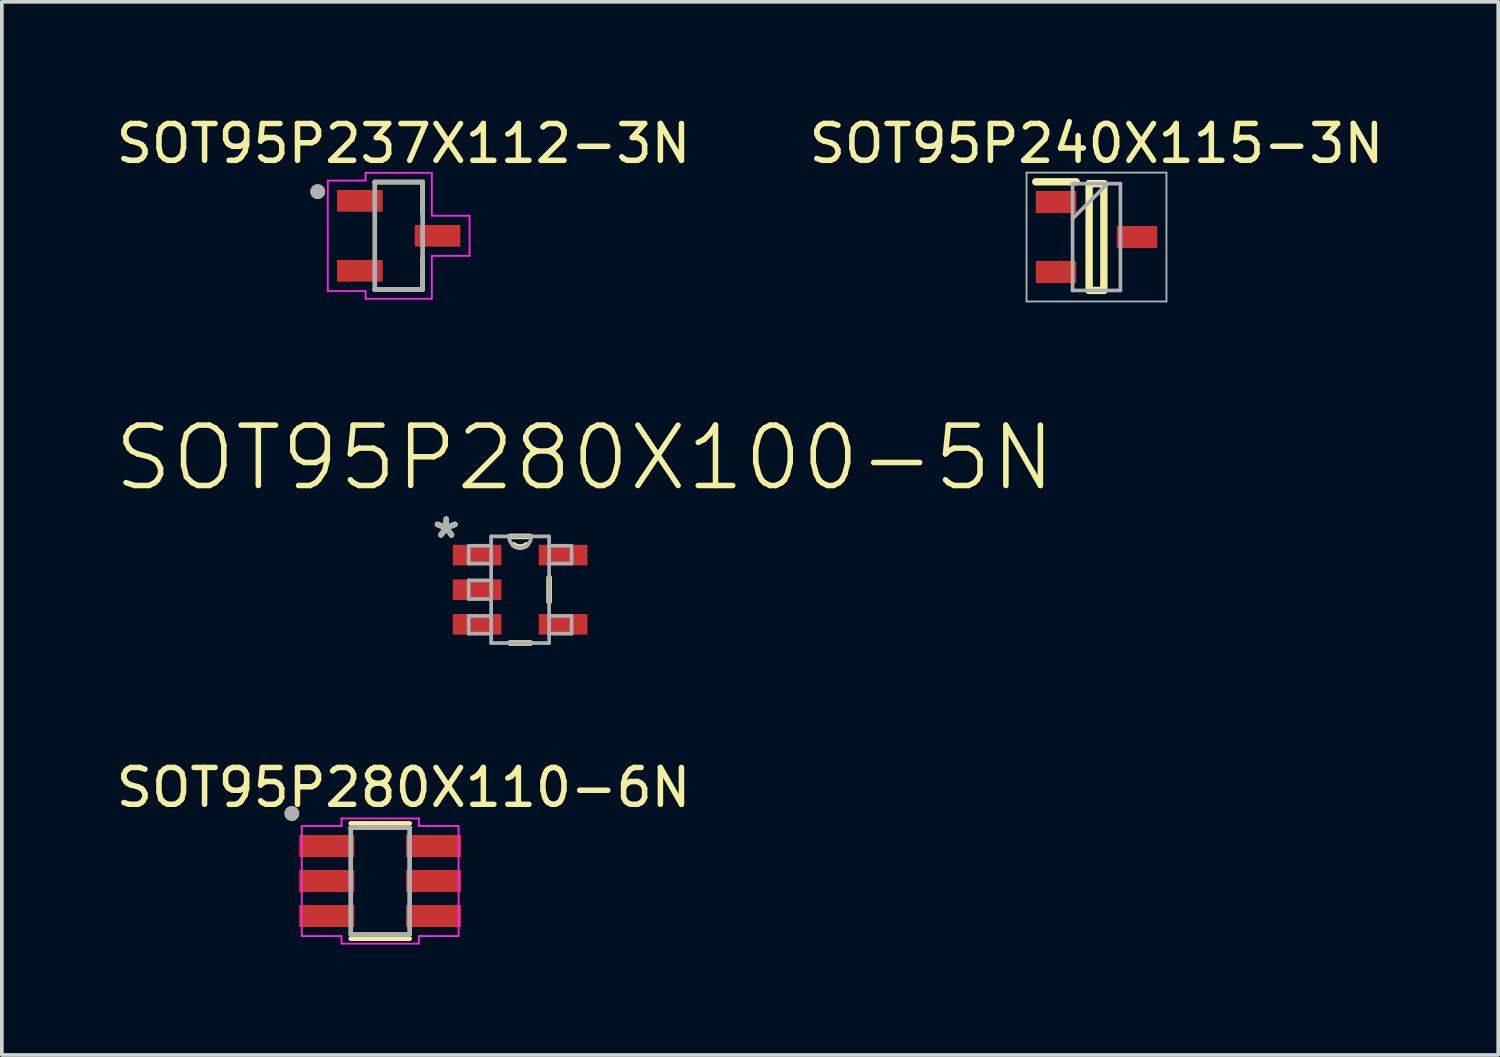
<source format=kicad_pcb>
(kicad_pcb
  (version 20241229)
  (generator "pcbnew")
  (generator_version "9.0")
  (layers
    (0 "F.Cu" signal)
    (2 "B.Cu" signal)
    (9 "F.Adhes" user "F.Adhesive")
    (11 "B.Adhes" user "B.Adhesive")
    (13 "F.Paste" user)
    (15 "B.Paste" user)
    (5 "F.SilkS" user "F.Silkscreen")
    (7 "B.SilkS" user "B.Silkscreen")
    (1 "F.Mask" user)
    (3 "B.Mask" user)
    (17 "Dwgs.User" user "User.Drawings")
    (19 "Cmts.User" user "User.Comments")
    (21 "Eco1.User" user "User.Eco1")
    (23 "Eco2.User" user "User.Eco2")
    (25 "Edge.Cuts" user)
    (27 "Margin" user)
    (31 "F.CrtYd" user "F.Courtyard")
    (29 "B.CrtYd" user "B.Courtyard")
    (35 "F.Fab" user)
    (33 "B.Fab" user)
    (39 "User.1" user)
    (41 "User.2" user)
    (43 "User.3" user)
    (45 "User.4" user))
  (footprint "SOT95P237X112-3N"
    (layer "F.Cu")
    (at 7.779 3.355)
    (property "Reference" "SOT95P237X112-3N" (at 0.132 -2.506 0) (layer "F.SilkS") (effects (font (size 1 1) (thickness 0.15))))
    (attr through_hole)
    (fp_line (start -0.65 -1.46) (end 0.65 -1.46) (stroke (width 0.127) (type solid)) (layer "F.SilkS"))
    (fp_line (start -0.65 1.46) (end 0.65 1.46) (stroke (width 0.127) (type solid)) (layer "F.SilkS"))
    (fp_line (start 0.65 -0.615) (end 0.65 -1.46) (stroke (width 0.127) (type solid)) (layer "F.SilkS"))
    (fp_line (start 0.65 0.615) (end 0.65 1.46) (stroke (width 0.127) (type solid)) (layer "F.SilkS"))
    (fp_circle (center -2.2 -1.2) (end -2.1 -1.2) (stroke (width 0.2) (type solid)) (fill no) (layer "F.SilkS"))
    (fp_line (start -1.925 -1.5) (end -1.925 1.5) (stroke (width 0.05) (type solid)) (layer "F.CrtYd"))
    (fp_line (start -1.925 1.5) (end -0.9 1.5) (stroke (width 0.05) (type solid)) (layer "F.CrtYd"))
    (fp_line (start -0.9 -1.71) (end -0.9 -1.5) (stroke (width 0.05) (type solid)) (layer "F.CrtYd"))
    (fp_line (start -0.9 -1.5) (end -1.925 -1.5) (stroke (width 0.05) (type solid)) (layer "F.CrtYd"))
    (fp_line (start -0.9 1.5) (end -0.9 1.71) (stroke (width 0.05) (type solid)) (layer "F.CrtYd"))
    (fp_line (start -0.9 1.71) (end 0.9 1.71) (stroke (width 0.05) (type solid)) (layer "F.CrtYd"))
    (fp_line (start 0.9 -1.71) (end -0.9 -1.71) (stroke (width 0.05) (type solid)) (layer "F.CrtYd"))
    (fp_line (start 0.9 -0.545) (end 0.9 -1.71) (stroke (width 0.05) (type solid)) (layer "F.CrtYd"))
    (fp_line (start 0.9 0.545) (end 1.925 0.545) (stroke (width 0.05) (type solid)) (layer "F.CrtYd"))
    (fp_line (start 0.9 1.71) (end 0.9 0.545) (stroke (width 0.05) (type solid)) (layer "F.CrtYd"))
    (fp_line (start 1.925 -0.545) (end 0.9 -0.545) (stroke (width 0.05) (type solid)) (layer "F.CrtYd"))
    (fp_line (start 1.925 0.545) (end 1.925 -0.545) (stroke (width 0.05) (type solid)) (layer "F.CrtYd"))
    (fp_line (start -0.65 -1.46) (end -0.65 1.46) (stroke (width 0.127) (type solid)) (layer "F.Fab"))
    (fp_line (start -0.65 1.46) (end 0.65 1.46) (stroke (width 0.127) (type solid)) (layer "F.Fab"))
    (fp_line (start 0.65 -1.46) (end -0.65 -1.46) (stroke (width 0.127) (type solid)) (layer "F.Fab"))
    (fp_line (start 0.65 1.46) (end 0.65 -1.46) (stroke (width 0.127) (type solid)) (layer "F.Fab"))
    (fp_circle (center -2.2 -1.2) (end -2.1 -1.2) (stroke (width 0.2) (type solid)) (fill no) (layer "F.Fab"))
    (pad "1" smd rect (at -1.055 -0.95) (size 1.24 0.59) (layers "F.Cu" "F.Mask" "F.Paste"))
    (pad "2" smd rect (at -1.055 0.95) (size 1.24 0.59) (layers "F.Cu" "F.Mask" "F.Paste"))
    (pad "3" smd rect (at 1.055 0) (size 1.24 0.59) (layers "F.Cu" "F.Mask" "F.Paste")))
  (footprint "SOT95P240X115-3N"
    (layer "F.Cu")
    (at 26.732 3.388)
    (property "Reference" "SOT95P240X115-3N" (at 0 -2.54 0) (layer "F.SilkS") (effects (font (size 1 1) (thickness 0.15))))
    (attr smd)
    (fp_line (start -1.65 -1.5) (end -0.55 -1.5) (stroke (width 0.2) (type solid)) (layer "F.SilkS"))
    (fp_line (start -0.2 -1.45) (end 0.2 -1.45) (stroke (width 0.2) (type solid)) (layer "F.SilkS"))
    (fp_line (start -0.2 1.45) (end -0.2 -1.45) (stroke (width 0.2) (type solid)) (layer "F.SilkS"))
    (fp_line (start 0.2 -1.45) (end 0.2 1.45) (stroke (width 0.2) (type solid)) (layer "F.SilkS"))
    (fp_line (start 0.2 1.45) (end -0.2 1.45) (stroke (width 0.2) (type solid)) (layer "F.SilkS"))
    (fp_line (start -1.9 -1.75) (end 1.9 -1.75) (stroke (width 0.05) (type solid)) (layer "F.Fab"))
    (fp_line (start -1.9 1.75) (end -1.9 -1.75) (stroke (width 0.05) (type solid)) (layer "F.Fab"))
    (fp_line (start -0.65 -1.45) (end 0.3 -1.45) (stroke (width 0.1) (type solid)) (layer "F.Fab"))
    (fp_line (start -0.65 -0.5) (end -0.65 -1.45) (stroke (width 0.1) (type solid)) (layer "F.Fab"))
    (fp_line (start -0.65 -0.5) (end 0.3 -1.45) (stroke (width 0.1) (type solid)) (layer "F.Fab"))
    (fp_line (start -0.65 1.45) (end -0.65 -0.5) (stroke (width 0.1) (type solid)) (layer "F.Fab"))
    (fp_line (start 0.3 -1.45) (end 0.65 -1.45) (stroke (width 0.1) (type solid)) (layer "F.Fab"))
    (fp_line (start 0.65 -1.45) (end 0.65 1.45) (stroke (width 0.1) (type solid)) (layer "F.Fab"))
    (fp_line (start 0.65 1.45) (end -0.65 1.45) (stroke (width 0.1) (type solid)) (layer "F.Fab"))
    (fp_line (start 1.9 -1.75) (end 1.9 1.75) (stroke (width 0.05) (type solid)) (layer "F.Fab"))
    (fp_line (start 1.9 1.75) (end -1.9 1.75) (stroke (width 0.05) (type solid)) (layer "F.Fab"))
    (pad "1" smd rect (at -1.1 -0.95) (size 1.1 0.6) (layers "F.Cu" "F.Mask" "F.Paste"))
    (pad "2" smd rect (at -1.1 0.95) (size 1.1 0.6) (layers "F.Cu" "F.Mask" "F.Paste"))
    (pad "3" smd rect (at 1.1 0) (size 1.1 0.6) (layers "F.Cu" "F.Mask" "F.Paste")))
  (footprint "SOT95P280X100-5N"
    (layer "F.Cu")
    (at 11.077 12.967)
    (property "Reference" "SOT95P280X100-5N" (at 1.753 -3.581 0) (layer "F.SilkS") (effects (font (size 1.64 1.64) (thickness 0.15))))
    (attr smd)
    (fp_line (start -0.279 1.448) (end 0.279 1.448) (stroke (width 0.152) (type solid)) (layer "F.SilkS"))
    (fp_line (start 0.279 -1.448) (end -0.279 -1.448) (stroke (width 0.152) (type solid)) (layer "F.SilkS"))
    (fp_line (start 0.787 0.33) (end 0.787 -0.33) (stroke (width 0.152) (type solid)) (layer "F.SilkS"))
    (fp_arc (start 0.1778 -1.2192) (mid 0 -1.157979) (end -0.1778 -1.2192) (stroke (width 0.1524) (type solid)) (layer "F.SilkS"))
    (fp_line (start -1.397 -1.194) (end -1.397 -0.711) (stroke (width 0.1) (type solid)) (layer "F.Fab"))
    (fp_line (start -1.397 -0.711) (end -0.787 -0.711) (stroke (width 0.1) (type solid)) (layer "F.Fab"))
    (fp_line (start -1.397 -0.254) (end -1.397 0.254) (stroke (width 0.1) (type solid)) (layer "F.Fab"))
    (fp_line (start -1.397 0.254) (end -0.787 0.254) (stroke (width 0.1) (type solid)) (layer "F.Fab"))
    (fp_line (start -1.397 0.711) (end -1.397 1.194) (stroke (width 0.1) (type solid)) (layer "F.Fab"))
    (fp_line (start -1.397 1.194) (end -0.787 1.194) (stroke (width 0.1) (type solid)) (layer "F.Fab"))
    (fp_line (start -0.787 -1.448) (end -0.787 -1.194) (stroke (width 0.1) (type solid)) (layer "F.Fab"))
    (fp_line (start -0.787 -1.194) (end -1.397 -1.194) (stroke (width 0.1) (type solid)) (layer "F.Fab"))
    (fp_line (start -0.787 -1.194) (end -0.787 -0.711) (stroke (width 0.1) (type solid)) (layer "F.Fab"))
    (fp_line (start -0.787 -0.711) (end -0.787 -0.254) (stroke (width 0.1) (type solid)) (layer "F.Fab"))
    (fp_line (start -0.787 -0.254) (end -1.397 -0.254) (stroke (width 0.1) (type solid)) (layer "F.Fab"))
    (fp_line (start -0.787 -0.254) (end -0.787 0.254) (stroke (width 0.1) (type solid)) (layer "F.Fab"))
    (fp_line (start -0.787 0.254) (end -0.787 0.711) (stroke (width 0.1) (type solid)) (layer "F.Fab"))
    (fp_line (start -0.787 0.711) (end -1.397 0.711) (stroke (width 0.1) (type solid)) (layer "F.Fab"))
    (fp_line (start -0.787 1.194) (end -0.787 0.711) (stroke (width 0.1) (type solid)) (layer "F.Fab"))
    (fp_line (start -0.787 1.448) (end -0.787 1.194) (stroke (width 0.1) (type solid)) (layer "F.Fab"))
    (fp_line (start -0.787 1.448) (end 0.787 1.448) (stroke (width 0.1) (type solid)) (layer "F.Fab"))
    (fp_line (start -0.305 -1.448) (end -0.787 -1.448) (stroke (width 0.1) (type solid)) (layer "F.Fab"))
    (fp_line (start 0.305 -1.448) (end -0.305 -1.448) (stroke (width 0.1) (type solid)) (layer "F.Fab"))
    (fp_line (start 0.787 -1.448) (end 0.305 -1.448) (stroke (width 0.1) (type solid)) (layer "F.Fab"))
    (fp_line (start 0.787 -1.448) (end 0.787 -1.194) (stroke (width 0.1) (type solid)) (layer "F.Fab"))
    (fp_line (start 0.787 -1.194) (end 0.787 -0.711) (stroke (width 0.1) (type solid)) (layer "F.Fab"))
    (fp_line (start 0.787 -0.711) (end 1.397 -0.711) (stroke (width 0.1) (type solid)) (layer "F.Fab"))
    (fp_line (start 0.787 0.711) (end 0.787 -0.711) (stroke (width 0.1) (type solid)) (layer "F.Fab"))
    (fp_line (start 0.787 1.194) (end 0.787 0.711) (stroke (width 0.1) (type solid)) (layer "F.Fab"))
    (fp_line (start 0.787 1.194) (end 1.397 1.194) (stroke (width 0.1) (type solid)) (layer "F.Fab"))
    (fp_line (start 0.787 1.448) (end 0.787 1.194) (stroke (width 0.1) (type solid)) (layer "F.Fab"))
    (fp_line (start 1.397 -1.194) (end 0.787 -1.194) (stroke (width 0.1) (type solid)) (layer "F.Fab"))
    (fp_line (start 1.397 -0.711) (end 1.397 -1.194) (stroke (width 0.1) (type solid)) (layer "F.Fab"))
    (fp_line (start 1.397 0.711) (end 0.787 0.711) (stroke (width 0.1) (type solid)) (layer "F.Fab"))
    (fp_line (start 1.397 1.194) (end 1.397 0.711) (stroke (width 0.1) (type solid)) (layer "F.Fab"))
    (fp_arc (start 0.3048 -1.4478) (mid 0 -1.143) (end -0.3048 -1.4478) (stroke (width 0.1) (type solid)) (layer "F.Fab"))
    (fp_text user "*" (at -2.007 -1.372 0) (layer "F.SilkS") (effects (font (size 1 1) (thickness 0.15))))
    (fp_text user "*" (at -2.007 -1.372 0) (layer "F.Fab") (effects (font (size 1 1) (thickness 0.15))))
    (pad "1" smd rect (at -1.168 -0.94) (size 1.321 0.559) (layers "F.Cu" "F.Mask" "F.Paste"))
    (pad "2" smd rect (at -1.168 0) (size 1.321 0.559) (layers "F.Cu" "F.Mask" "F.Paste"))
    (pad "3" smd rect (at -1.168 0.94) (size 1.321 0.559) (layers "F.Cu" "F.Mask" "F.Paste"))
    (pad "4" smd rect (at 1.168 0.94) (size 1.321 0.559) (layers "F.Cu" "F.Mask" "F.Paste"))
    (pad "5" smd rect (at 1.168 -0.94) (size 1.321 0.559) (layers "F.Cu" "F.Mask" "F.Paste")))
  (footprint "SOT95P280X110-6N"
    (layer "F.Cu")
    (at 7.276 20.88)
    (property "Reference" "SOT95P280X110-6N" (at 0.635 -2.54 0) (layer "F.SilkS") (effects (font (size 1 1) (thickness 0.15))))
    (attr through_hole)
    (fp_line (start -0.8 -1.565) (end 0.8 -1.565) (stroke (width 0.127) (type solid)) (layer "F.SilkS"))
    (fp_line (start -0.8 1.565) (end 0.8 1.565) (stroke (width 0.127) (type solid)) (layer "F.SilkS"))
    (fp_circle (center -2.4 -1.835) (end -2.3 -1.835) (stroke (width 0.2) (type solid)) (fill no) (layer "F.SilkS"))
    (fp_line (start -2.13 -1.495) (end -2.13 1.495) (stroke (width 0.05) (type solid)) (layer "F.CrtYd"))
    (fp_line (start -2.13 1.495) (end -1.05 1.495) (stroke (width 0.05) (type solid)) (layer "F.CrtYd"))
    (fp_line (start -1.05 -1.7) (end -1.05 -1.495) (stroke (width 0.05) (type solid)) (layer "F.CrtYd"))
    (fp_line (start -1.05 -1.495) (end -2.13 -1.495) (stroke (width 0.05) (type solid)) (layer "F.CrtYd"))
    (fp_line (start -1.05 1.495) (end -1.05 1.7) (stroke (width 0.05) (type solid)) (layer "F.CrtYd"))
    (fp_line (start -1.05 1.7) (end 1.05 1.7) (stroke (width 0.05) (type solid)) (layer "F.CrtYd"))
    (fp_line (start 1.05 -1.7) (end -1.05 -1.7) (stroke (width 0.05) (type solid)) (layer "F.CrtYd"))
    (fp_line (start 1.05 -1.495) (end 1.05 -1.7) (stroke (width 0.05) (type solid)) (layer "F.CrtYd"))
    (fp_line (start 1.05 1.495) (end 2.13 1.495) (stroke (width 0.05) (type solid)) (layer "F.CrtYd"))
    (fp_line (start 1.05 1.7) (end 1.05 1.495) (stroke (width 0.05) (type solid)) (layer "F.CrtYd"))
    (fp_line (start 2.13 -1.495) (end 1.05 -1.495) (stroke (width 0.05) (type solid)) (layer "F.CrtYd"))
    (fp_line (start 2.13 1.495) (end 2.13 -1.495) (stroke (width 0.05) (type solid)) (layer "F.CrtYd"))
    (fp_line (start -0.8 -1.45) (end -0.8 1.45) (stroke (width 0.127) (type solid)) (layer "F.Fab"))
    (fp_line (start -0.8 1.45) (end 0.8 1.45) (stroke (width 0.127) (type solid)) (layer "F.Fab"))
    (fp_line (start 0.8 -1.45) (end -0.8 -1.45) (stroke (width 0.127) (type solid)) (layer "F.Fab"))
    (fp_line (start 0.8 1.45) (end 0.8 -1.45) (stroke (width 0.127) (type solid)) (layer "F.Fab"))
    (fp_circle (center -2.4 -1.835) (end -2.3 -1.835) (stroke (width 0.2) (type solid)) (fill no) (layer "F.Fab"))
    (pad "1" smd rect (at -1.45 -0.95) (size 1.5 0.6) (layers "F.Cu" "F.Mask" "F.Paste"))
    (pad "2" smd rect (at -1.45 0) (size 1.5 0.6) (layers "F.Cu" "F.Mask" "F.Paste"))
    (pad "3" smd rect (at -1.45 0.95) (size 1.5 0.6) (layers "F.Cu" "F.Mask" "F.Paste"))
    (pad "4" smd rect (at 1.45 0.95) (size 1.5 0.6) (layers "F.Cu" "F.Mask" "F.Paste"))
    (pad "5" smd rect (at 1.45 0) (size 1.5 0.6) (layers "F.Cu" "F.Mask" "F.Paste"))
    (pad "6" smd rect (at 1.45 -0.95) (size 1.5 0.6) (layers "F.Cu" "F.Mask" "F.Paste")))
  (gr_rect
    (start -3 -3)
    (end 37.643 25.605)
    (stroke (width 0.1) (type default))
    (fill no)
    (layer "Edge.Cuts")))
</source>
